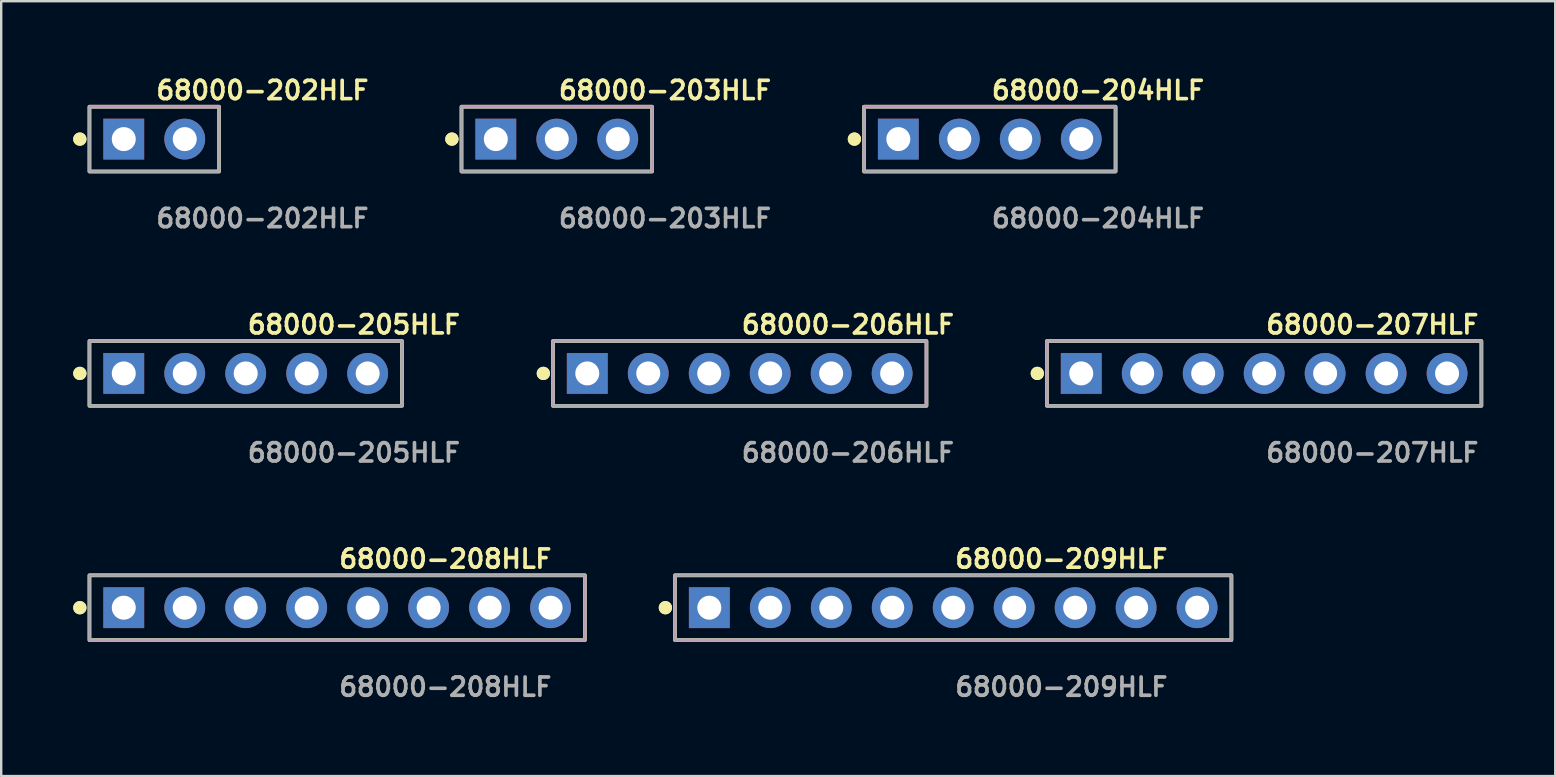
<source format=kicad_pcb>
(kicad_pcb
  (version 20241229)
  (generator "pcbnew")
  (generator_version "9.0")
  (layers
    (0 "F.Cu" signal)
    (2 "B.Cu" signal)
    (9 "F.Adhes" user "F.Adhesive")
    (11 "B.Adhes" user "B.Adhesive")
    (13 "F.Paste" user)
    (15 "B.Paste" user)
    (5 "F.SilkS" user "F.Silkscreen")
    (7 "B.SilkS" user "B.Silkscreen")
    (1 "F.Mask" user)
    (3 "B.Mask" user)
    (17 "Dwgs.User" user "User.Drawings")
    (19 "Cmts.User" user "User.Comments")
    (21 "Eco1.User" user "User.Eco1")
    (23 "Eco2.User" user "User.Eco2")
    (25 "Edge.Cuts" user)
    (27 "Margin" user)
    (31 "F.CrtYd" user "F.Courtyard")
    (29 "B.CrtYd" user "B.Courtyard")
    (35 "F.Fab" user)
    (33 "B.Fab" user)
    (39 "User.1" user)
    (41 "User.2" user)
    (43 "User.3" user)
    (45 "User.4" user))
  (footprint "68000-203HLF"
    (layer "F.Cu")
    (at 20.145 2.745)
    (property "Reference" "68000-203HLF" (at 0 -2.032 0) (unlocked yes) (layer "F.SilkS") (effects (font (size 0.762 0.762) (thickness 0.152)) (justify left)))
    (fp_rect (start -3.97 1.35) (end 3.97 -1.35) (stroke (width 0.152) (type solid)) (fill no) (layer "F.SilkS"))
    (fp_circle (center -4.37 0) (end -4.57 0) (stroke (width 0.152) (type solid)) (fill yes) (layer "F.SilkS"))
    (fp_circle (center -4.37 0) (end -4.57 0) (stroke (width 0.152) (type solid)) (fill yes) (layer "F.SilkS"))
    (fp_rect (start -3.97 1.35) (end 3.97 -1.35) (stroke (width 0.006) (type solid)) (fill no) (layer "F.CrtYd"))
    (fp_rect (start -3.97 1.35) (end 3.97 -1.35) (stroke (width 0.152) (type solid)) (fill no) (layer "F.Fab"))
    (fp_text user "${REFERENCE}" (at 0 3.302 0) (unlocked yes) (layer "F.Fab") (effects (font (size 0.762 0.762) (thickness 0.152)) (justify left)))
    (pad "1" thru_hole rect (at -2.54 0) (size 1.7 1.7) (drill 1) (layers "*.Cu" "*.Mask"))
    (pad "2" thru_hole circle (at 0 0) (size 1.7 1.7) (drill 1) (layers "*.Cu" "*.Mask"))
    (pad "3" thru_hole circle (at 2.54 0) (size 1.7 1.7) (drill 1) (layers "*.Cu" "*.Mask")))
  (footprint "68000-202HLF"
    (layer "F.Cu")
    (at 3.376 2.745)
    (property "Reference" "68000-202HLF" (at 0 -2.032 0) (unlocked yes) (layer "F.SilkS") (effects (font (size 0.762 0.762) (thickness 0.152)) (justify left)))
    (fp_rect (start -2.7 1.35) (end 2.7 -1.35) (stroke (width 0.152) (type solid)) (fill no) (layer "F.SilkS"))
    (fp_circle (center -3.1 0) (end -3.3 0) (stroke (width 0.152) (type solid)) (fill yes) (layer "F.SilkS"))
    (fp_circle (center -3.1 0) (end -3.3 0) (stroke (width 0.152) (type solid)) (fill yes) (layer "F.SilkS"))
    (fp_rect (start -2.7 1.35) (end 2.7 -1.35) (stroke (width 0.006) (type solid)) (fill no) (layer "F.CrtYd"))
    (fp_rect (start -2.7 1.35) (end 2.7 -1.35) (stroke (width 0.152) (type solid)) (fill no) (layer "F.Fab"))
    (fp_text user "${REFERENCE}" (at 0 3.302 0) (unlocked yes) (layer "F.Fab") (effects (font (size 0.762 0.762) (thickness 0.152)) (justify left)))
    (pad "1" thru_hole rect (at -1.27 0) (size 1.7 1.7) (drill 1) (layers "*.Cu" "*.Mask"))
    (pad "2" thru_hole circle (at 1.27 0) (size 1.7 1.7) (drill 1) (layers "*.Cu" "*.Mask")))
  (footprint "68000-207HLF"
    (layer "F.Cu")
    (at 49.613 12.506)
    (property "Reference" "68000-207HLF" (at 0 -2.032 0) (unlocked yes) (layer "F.SilkS") (effects (font (size 0.762 0.762) (thickness 0.152)) (justify left)))
    (fp_rect (start -9.05 1.35) (end 9.05 -1.35) (stroke (width 0.152) (type solid)) (fill no) (layer "F.SilkS"))
    (fp_circle (center -9.45 0) (end -9.65 0) (stroke (width 0.152) (type solid)) (fill yes) (layer "F.SilkS"))
    (fp_circle (center -9.45 0) (end -9.65 0) (stroke (width 0.152) (type solid)) (fill yes) (layer "F.SilkS"))
    (fp_rect (start -9.05 1.35) (end 9.05 -1.35) (stroke (width 0.006) (type solid)) (fill no) (layer "F.CrtYd"))
    (fp_rect (start -9.05 1.35) (end 9.05 -1.35) (stroke (width 0.152) (type solid)) (fill no) (layer "F.Fab"))
    (fp_text user "${REFERENCE}" (at 0 3.302 0) (unlocked yes) (layer "F.Fab") (effects (font (size 0.762 0.762) (thickness 0.152)) (justify left)))
    (pad "1" thru_hole rect (at -7.62 0) (size 1.7 1.7) (drill 1) (layers "*.Cu" "*.Mask"))
    (pad "2" thru_hole circle (at -5.08 0) (size 1.7 1.7) (drill 1) (layers "*.Cu" "*.Mask"))
    (pad "3" thru_hole circle (at -2.54 0) (size 1.7 1.7) (drill 1) (layers "*.Cu" "*.Mask"))
    (pad "4" thru_hole circle (at 0 0) (size 1.7 1.7) (drill 1) (layers "*.Cu" "*.Mask"))
    (pad "5" thru_hole circle (at 2.54 0) (size 1.7 1.7) (drill 1) (layers "*.Cu" "*.Mask"))
    (pad "6" thru_hole circle (at 5.08 0) (size 1.7 1.7) (drill 1) (layers "*.Cu" "*.Mask"))
    (pad "7" thru_hole circle (at 7.62 0) (size 1.7 1.7) (drill 1) (layers "*.Cu" "*.Mask")))
  (footprint "68000-208HLF"
    (layer "F.Cu")
    (at 10.996 22.266)
    (property "Reference" "68000-208HLF" (at 0 -2.032 0) (unlocked yes) (layer "F.SilkS") (effects (font (size 0.762 0.762) (thickness 0.152)) (justify left)))
    (fp_rect (start -10.32 1.35) (end 10.32 -1.35) (stroke (width 0.152) (type solid)) (fill no) (layer "F.SilkS"))
    (fp_circle (center -10.72 0) (end -10.92 0) (stroke (width 0.152) (type solid)) (fill yes) (layer "F.SilkS"))
    (fp_circle (center -10.72 0) (end -10.92 0) (stroke (width 0.152) (type solid)) (fill yes) (layer "F.SilkS"))
    (fp_rect (start -10.32 1.35) (end 10.32 -1.35) (stroke (width 0.006) (type solid)) (fill no) (layer "F.CrtYd"))
    (fp_rect (start -10.32 1.35) (end 10.32 -1.35) (stroke (width 0.152) (type solid)) (fill no) (layer "F.Fab"))
    (fp_text user "${REFERENCE}" (at 0 3.302 0) (unlocked yes) (layer "F.Fab") (effects (font (size 0.762 0.762) (thickness 0.152)) (justify left)))
    (pad "1" thru_hole rect (at -8.89 0) (size 1.7 1.7) (drill 1) (layers "*.Cu" "*.Mask"))
    (pad "2" thru_hole circle (at -6.35 0) (size 1.7 1.7) (drill 1) (layers "*.Cu" "*.Mask"))
    (pad "3" thru_hole circle (at -3.81 0) (size 1.7 1.7) (drill 1) (layers "*.Cu" "*.Mask"))
    (pad "4" thru_hole circle (at -1.27 0) (size 1.7 1.7) (drill 1) (layers "*.Cu" "*.Mask"))
    (pad "5" thru_hole circle (at 1.27 0) (size 1.7 1.7) (drill 1) (layers "*.Cu" "*.Mask"))
    (pad "6" thru_hole circle (at 3.81 0) (size 1.7 1.7) (drill 1) (layers "*.Cu" "*.Mask"))
    (pad "7" thru_hole circle (at 6.35 0) (size 1.7 1.7) (drill 1) (layers "*.Cu" "*.Mask"))
    (pad "8" thru_hole circle (at 8.89 0) (size 1.7 1.7) (drill 1) (layers "*.Cu" "*.Mask")))
  (footprint "68000-204HLF"
    (layer "F.Cu")
    (at 38.183 2.745)
    (property "Reference" "68000-204HLF" (at 0 -2.032 0) (unlocked yes) (layer "F.SilkS") (effects (font (size 0.762 0.762) (thickness 0.152)) (justify left)))
    (fp_rect (start -5.24 1.35) (end 5.24 -1.35) (stroke (width 0.152) (type solid)) (fill no) (layer "F.SilkS"))
    (fp_circle (center -5.64 0) (end -5.84 0) (stroke (width 0.152) (type solid)) (fill yes) (layer "F.SilkS"))
    (fp_circle (center -5.64 0) (end -5.84 0) (stroke (width 0.152) (type solid)) (fill yes) (layer "F.SilkS"))
    (fp_rect (start -5.24 1.35) (end 5.24 -1.35) (stroke (width 0.006) (type solid)) (fill no) (layer "F.CrtYd"))
    (fp_rect (start -5.24 1.35) (end 5.24 -1.35) (stroke (width 0.152) (type solid)) (fill no) (layer "F.Fab"))
    (fp_text user "${REFERENCE}" (at 0 3.302 0) (unlocked yes) (layer "F.Fab") (effects (font (size 0.762 0.762) (thickness 0.152)) (justify left)))
    (pad "1" thru_hole rect (at -3.81 0) (size 1.7 1.7) (drill 1) (layers "*.Cu" "*.Mask"))
    (pad "2" thru_hole circle (at -1.27 0) (size 1.7 1.7) (drill 1) (layers "*.Cu" "*.Mask"))
    (pad "3" thru_hole circle (at 1.27 0) (size 1.7 1.7) (drill 1) (layers "*.Cu" "*.Mask"))
    (pad "4" thru_hole circle (at 3.81 0) (size 1.7 1.7) (drill 1) (layers "*.Cu" "*.Mask")))
  (footprint "68000-209HLF"
    (layer "F.Cu")
    (at 36.659 22.266)
    (property "Reference" "68000-209HLF" (at 0 -2.032 0) (unlocked yes) (layer "F.SilkS") (effects (font (size 0.762 0.762) (thickness 0.152)) (justify left)))
    (fp_rect (start -11.59 1.35) (end 11.59 -1.35) (stroke (width 0.152) (type solid)) (fill no) (layer "F.SilkS"))
    (fp_circle (center -11.99 0) (end -12.19 0) (stroke (width 0.152) (type solid)) (fill yes) (layer "F.SilkS"))
    (fp_circle (center -11.99 0) (end -12.19 0) (stroke (width 0.152) (type solid)) (fill yes) (layer "F.SilkS"))
    (fp_rect (start -11.59 1.35) (end 11.59 -1.35) (stroke (width 0.006) (type solid)) (fill no) (layer "F.CrtYd"))
    (fp_rect (start -11.59 1.35) (end 11.59 -1.35) (stroke (width 0.152) (type solid)) (fill no) (layer "F.Fab"))
    (fp_text user "${REFERENCE}" (at 0 3.302 0) (unlocked yes) (layer "F.Fab") (effects (font (size 0.762 0.762) (thickness 0.152)) (justify left)))
    (pad "1" thru_hole rect (at -10.16 0) (size 1.7 1.7) (drill 1) (layers "*.Cu" "*.Mask"))
    (pad "2" thru_hole circle (at -7.62 0) (size 1.7 1.7) (drill 1) (layers "*.Cu" "*.Mask"))
    (pad "3" thru_hole circle (at -5.08 0) (size 1.7 1.7) (drill 1) (layers "*.Cu" "*.Mask"))
    (pad "4" thru_hole circle (at -2.54 0) (size 1.7 1.7) (drill 1) (layers "*.Cu" "*.Mask"))
    (pad "5" thru_hole circle (at 0 0) (size 1.7 1.7) (drill 1) (layers "*.Cu" "*.Mask"))
    (pad "6" thru_hole circle (at 2.54 0) (size 1.7 1.7) (drill 1) (layers "*.Cu" "*.Mask"))
    (pad "7" thru_hole circle (at 5.08 0) (size 1.7 1.7) (drill 1) (layers "*.Cu" "*.Mask"))
    (pad "8" thru_hole circle (at 7.62 0) (size 1.7 1.7) (drill 1) (layers "*.Cu" "*.Mask"))
    (pad "9" thru_hole circle (at 10.16 0) (size 1.7 1.7) (drill 1) (layers "*.Cu" "*.Mask")))
  (footprint "68000-205HLF"
    (layer "F.Cu")
    (at 7.186 12.506)
    (property "Reference" "68000-205HLF" (at 0 -2.032 0) (unlocked yes) (layer "F.SilkS") (effects (font (size 0.762 0.762) (thickness 0.152)) (justify left)))
    (fp_rect (start -6.51 1.35) (end 6.51 -1.35) (stroke (width 0.152) (type solid)) (fill no) (layer "F.SilkS"))
    (fp_circle (center -6.91 0) (end -7.11 0) (stroke (width 0.152) (type solid)) (fill yes) (layer "F.SilkS"))
    (fp_circle (center -6.91 0) (end -7.11 0) (stroke (width 0.152) (type solid)) (fill yes) (layer "F.SilkS"))
    (fp_rect (start -6.51 1.35) (end 6.51 -1.35) (stroke (width 0.006) (type solid)) (fill no) (layer "F.CrtYd"))
    (fp_rect (start -6.51 1.35) (end 6.51 -1.35) (stroke (width 0.152) (type solid)) (fill no) (layer "F.Fab"))
    (fp_text user "${REFERENCE}" (at 0 3.302 0) (unlocked yes) (layer "F.Fab") (effects (font (size 0.762 0.762) (thickness 0.152)) (justify left)))
    (pad "1" thru_hole rect (at -5.08 0) (size 1.7 1.7) (drill 1) (layers "*.Cu" "*.Mask"))
    (pad "2" thru_hole circle (at -2.54 0) (size 1.7 1.7) (drill 1) (layers "*.Cu" "*.Mask"))
    (pad "3" thru_hole circle (at 0 0) (size 1.7 1.7) (drill 1) (layers "*.Cu" "*.Mask"))
    (pad "4" thru_hole circle (at 2.54 0) (size 1.7 1.7) (drill 1) (layers "*.Cu" "*.Mask"))
    (pad "5" thru_hole circle (at 5.08 0) (size 1.7 1.7) (drill 1) (layers "*.Cu" "*.Mask")))
  (footprint "68000-206HLF"
    (layer "F.Cu")
    (at 27.765 12.506)
    (property "Reference" "68000-206HLF" (at 0 -2.032 0) (unlocked yes) (layer "F.SilkS") (effects (font (size 0.762 0.762) (thickness 0.152)) (justify left)))
    (fp_rect (start -7.78 1.35) (end 7.78 -1.35) (stroke (width 0.152) (type solid)) (fill no) (layer "F.SilkS"))
    (fp_circle (center -8.18 0) (end -8.38 0) (stroke (width 0.152) (type solid)) (fill yes) (layer "F.SilkS"))
    (fp_circle (center -8.18 0) (end -8.38 0) (stroke (width 0.152) (type solid)) (fill yes) (layer "F.SilkS"))
    (fp_rect (start -7.78 1.35) (end 7.78 -1.35) (stroke (width 0.006) (type solid)) (fill no) (layer "F.CrtYd"))
    (fp_rect (start -7.78 1.35) (end 7.78 -1.35) (stroke (width 0.152) (type solid)) (fill no) (layer "F.Fab"))
    (fp_text user "${REFERENCE}" (at 0 3.302 0) (unlocked yes) (layer "F.Fab") (effects (font (size 0.762 0.762) (thickness 0.152)) (justify left)))
    (pad "1" thru_hole rect (at -6.35 0) (size 1.7 1.7) (drill 1) (layers "*.Cu" "*.Mask"))
    (pad "2" thru_hole circle (at -3.81 0) (size 1.7 1.7) (drill 1) (layers "*.Cu" "*.Mask"))
    (pad "3" thru_hole circle (at -1.27 0) (size 1.7 1.7) (drill 1) (layers "*.Cu" "*.Mask"))
    (pad "4" thru_hole circle (at 1.27 0) (size 1.7 1.7) (drill 1) (layers "*.Cu" "*.Mask"))
    (pad "5" thru_hole circle (at 3.81 0) (size 1.7 1.7) (drill 1) (layers "*.Cu" "*.Mask"))
    (pad "6" thru_hole circle (at 6.35 0) (size 1.7 1.7) (drill 1) (layers "*.Cu" "*.Mask")))
  (gr_rect
    (start -3 -3)
    (end 61.739 29.281)
    (stroke (width 0.1) (type default))
    (fill no)
    (layer "Edge.Cuts")))
</source>
